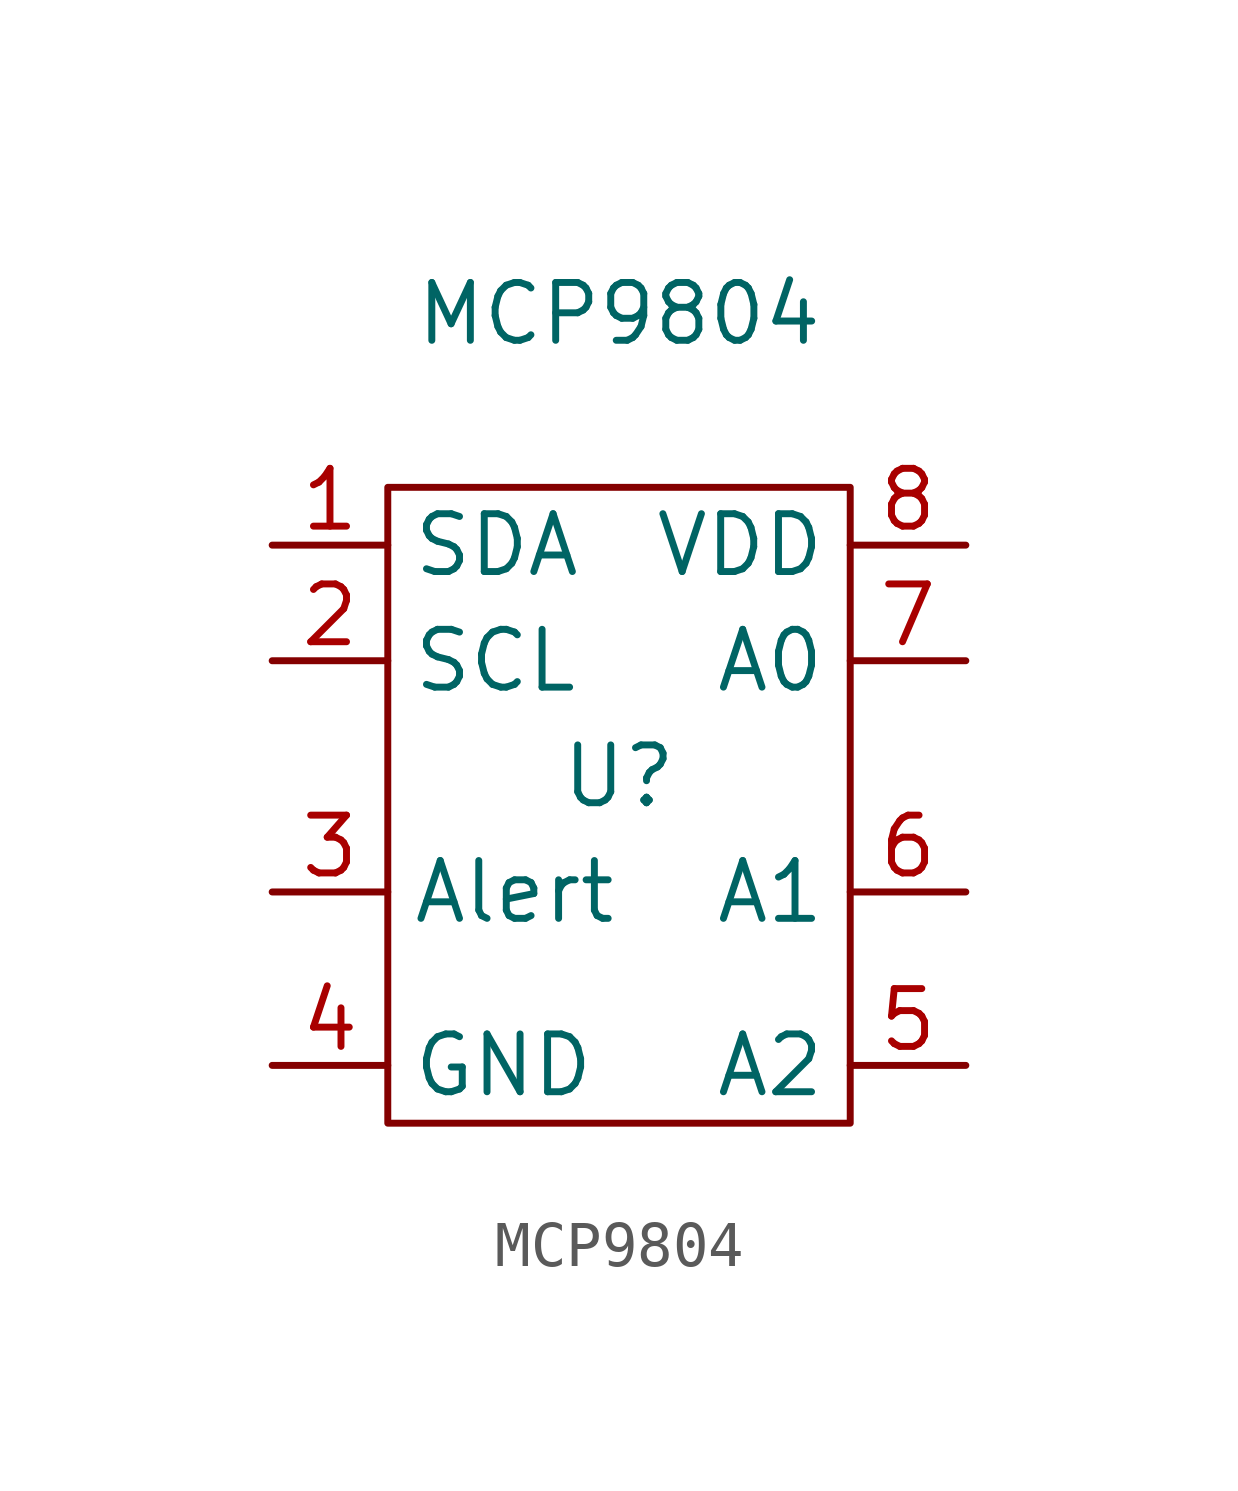
<source format=kicad_sym>
(kicad_symbol_lib
  (version 20211014)
  (generator kicad_symbol_editor)
  (symbol "MCP9804"
    (property "Reference" "U"
      (at 0 0 0)
      (effects (font (size 1.27 1.27))))
    (property "Value" "MCP9804"
      (at 0 10.16 0)
      (effects (font (size 1.27 1.27))))
    (symbol "MCP9804_0_1"
      (rectangle (start -5.08 6.35) (end 5.08 -7.62) (stroke (width 0) (type default) (color 0 0 0 0)) (fill (type none))))
    (symbol "MCP9804_1_1"
      (pin bidirectional line (at -7.62 5.08 0) (length 2.54) (name "SDA" (effects (font (size 1.27 1.27)))) (number "1" (effects (font (size 1.27 1.27)))))
      (pin bidirectional line (at -7.62 2.54 0) (length 2.54) (name "SCL" (effects (font (size 1.27 1.27)))) (number "2" (effects (font (size 1.27 1.27)))))
      (pin bidirectional line (at -7.62 -2.54 0) (length 2.54) (name "Alert" (effects (font (size 1.27 1.27)))) (number "3" (effects (font (size 1.27 1.27)))))
      (pin bidirectional line (at -7.62 -6.35 0) (length 2.54) (name "GND" (effects (font (size 1.27 1.27)))) (number "4" (effects (font (size 1.27 1.27)))))
      (pin bidirectional line (at 7.62 -6.35 180) (length 2.54) (name "A2" (effects (font (size 1.27 1.27)))) (number "5" (effects (font (size 1.27 1.27)))))
      (pin bidirectional line (at 7.62 -2.54 180) (length 2.54) (name "A1" (effects (font (size 1.27 1.27)))) (number "6" (effects (font (size 1.27 1.27)))))
      (pin bidirectional line (at 7.62 2.54 180) (length 2.54) (name "A0" (effects (font (size 1.27 1.27)))) (number "7" (effects (font (size 1.27 1.27)))))
      (pin bidirectional line (at 7.62 5.08 180) (length 2.54) (name "VDD" (effects (font (size 1.27 1.27)))) (number "8" (effects (font (size 1.27 1.27))))))))
</source>
